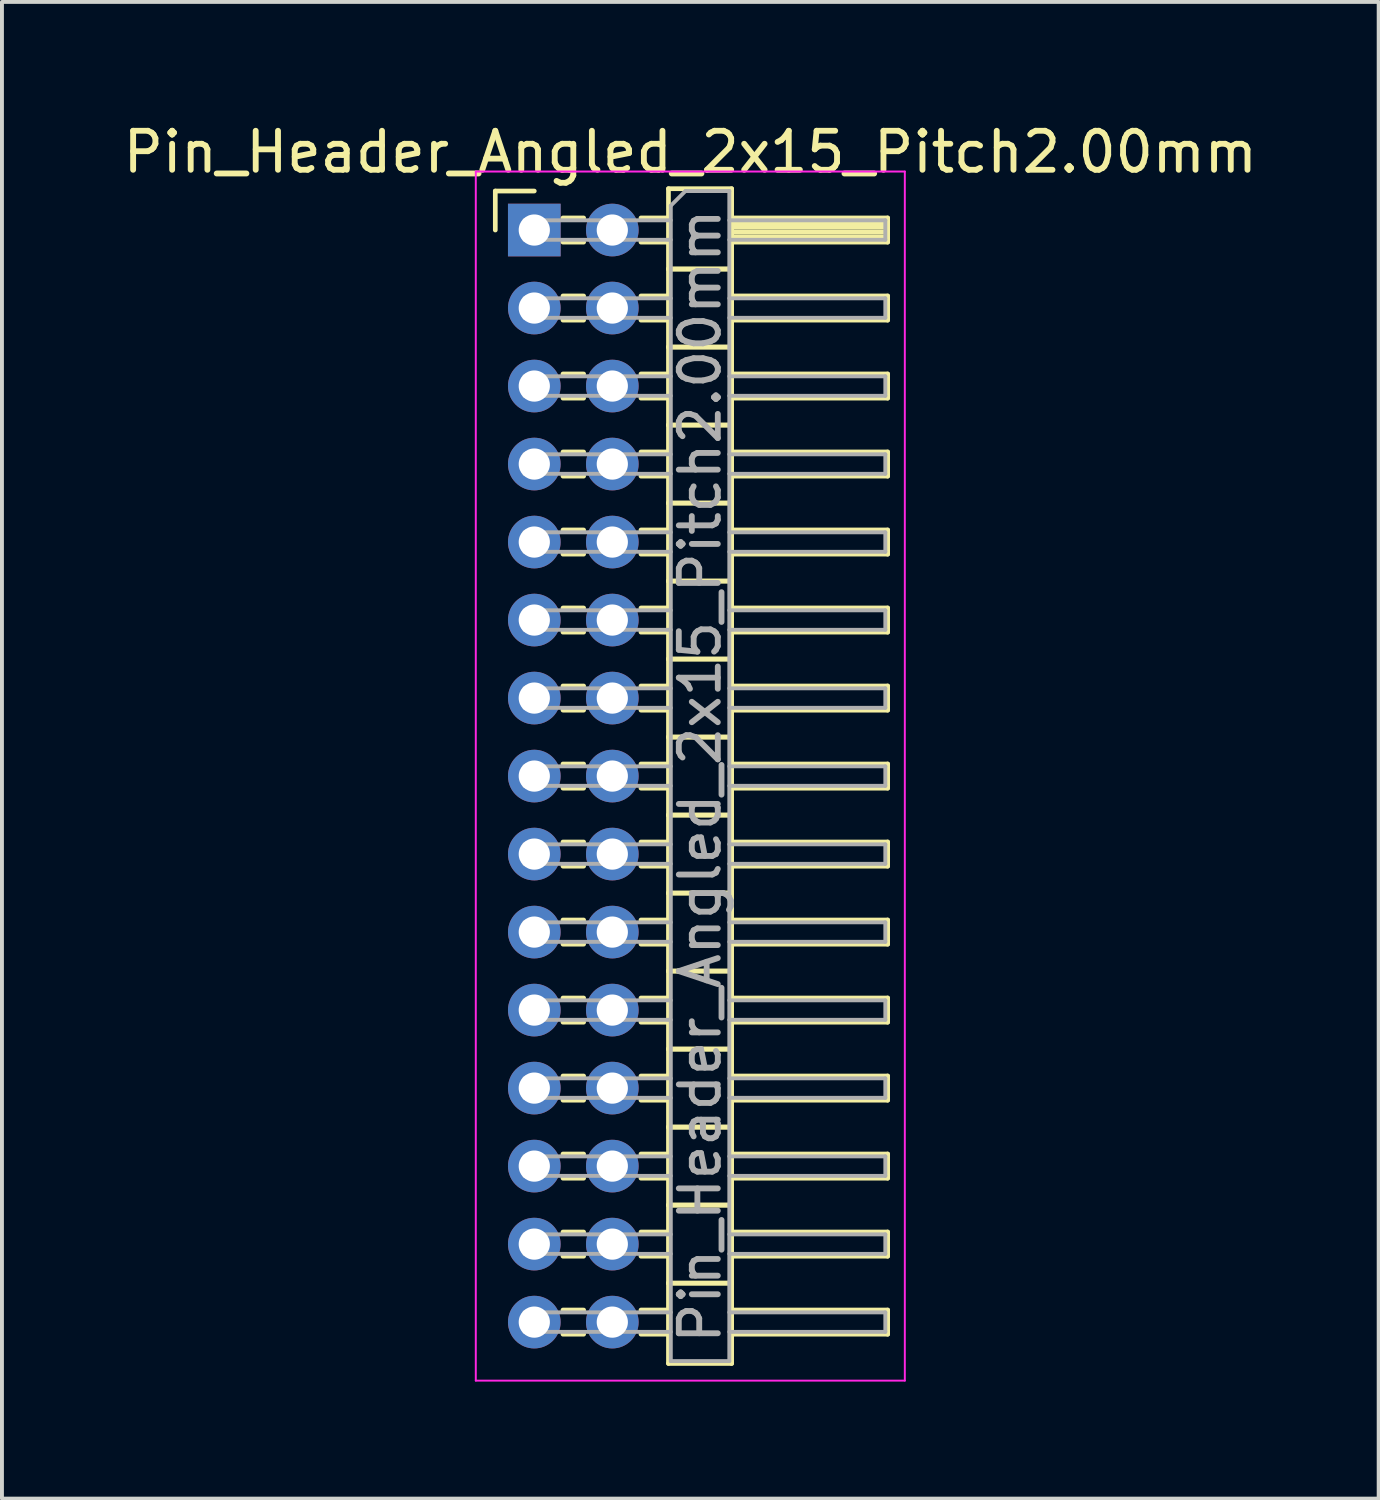
<source format=kicad_pcb>
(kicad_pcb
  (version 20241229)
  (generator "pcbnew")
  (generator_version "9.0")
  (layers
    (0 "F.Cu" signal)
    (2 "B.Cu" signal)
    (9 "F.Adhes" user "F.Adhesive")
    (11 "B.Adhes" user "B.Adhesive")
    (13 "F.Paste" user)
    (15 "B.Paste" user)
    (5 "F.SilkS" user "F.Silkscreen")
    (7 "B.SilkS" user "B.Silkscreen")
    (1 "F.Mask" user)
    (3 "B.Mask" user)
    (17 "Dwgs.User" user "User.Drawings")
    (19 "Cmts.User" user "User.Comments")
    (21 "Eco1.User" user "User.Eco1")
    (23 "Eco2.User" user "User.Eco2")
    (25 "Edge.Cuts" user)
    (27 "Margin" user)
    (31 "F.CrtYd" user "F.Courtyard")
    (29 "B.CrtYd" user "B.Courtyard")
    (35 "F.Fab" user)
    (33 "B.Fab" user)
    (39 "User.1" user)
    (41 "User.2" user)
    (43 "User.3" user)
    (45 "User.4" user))
  (footprint "Pin_Header_Angled_2x15_Pitch2.00mm"
    (layer "F.Cu")
    (at 10.649 2.848)
    (property "Reference" "Pin_Header_Angled_2x15_Pitch2.00mm" (at 4 -2 0) (layer "F.SilkS") (effects (font (size 1 1) (thickness 0.15))))
    (attr through_hole)
    (fp_line (start -1 -1) (end 0 -1) (stroke (width 0.12) (type solid)) (layer "F.SilkS"))
    (fp_line (start -1 0) (end -1 -1) (stroke (width 0.12) (type solid)) (layer "F.SilkS"))
    (fp_line (start 0.735 -0.31) (end 1.265 -0.31) (stroke (width 0.12) (type solid)) (layer "F.SilkS"))
    (fp_line (start 0.735 0.31) (end 1.265 0.31) (stroke (width 0.12) (type solid)) (layer "F.SilkS"))
    (fp_line (start 0.735 1.69) (end 1.265 1.69) (stroke (width 0.12) (type solid)) (layer "F.SilkS"))
    (fp_line (start 0.735 2.31) (end 1.265 2.31) (stroke (width 0.12) (type solid)) (layer "F.SilkS"))
    (fp_line (start 0.735 3.69) (end 1.265 3.69) (stroke (width 0.12) (type solid)) (layer "F.SilkS"))
    (fp_line (start 0.735 4.31) (end 1.265 4.31) (stroke (width 0.12) (type solid)) (layer "F.SilkS"))
    (fp_line (start 0.735 5.69) (end 1.265 5.69) (stroke (width 0.12) (type solid)) (layer "F.SilkS"))
    (fp_line (start 0.735 6.31) (end 1.265 6.31) (stroke (width 0.12) (type solid)) (layer "F.SilkS"))
    (fp_line (start 0.735 7.69) (end 1.265 7.69) (stroke (width 0.12) (type solid)) (layer "F.SilkS"))
    (fp_line (start 0.735 8.31) (end 1.265 8.31) (stroke (width 0.12) (type solid)) (layer "F.SilkS"))
    (fp_line (start 0.735 9.69) (end 1.265 9.69) (stroke (width 0.12) (type solid)) (layer "F.SilkS"))
    (fp_line (start 0.735 10.31) (end 1.265 10.31) (stroke (width 0.12) (type solid)) (layer "F.SilkS"))
    (fp_line (start 0.735 11.69) (end 1.265 11.69) (stroke (width 0.12) (type solid)) (layer "F.SilkS"))
    (fp_line (start 0.735 12.31) (end 1.265 12.31) (stroke (width 0.12) (type solid)) (layer "F.SilkS"))
    (fp_line (start 0.735 13.69) (end 1.265 13.69) (stroke (width 0.12) (type solid)) (layer "F.SilkS"))
    (fp_line (start 0.735 14.31) (end 1.265 14.31) (stroke (width 0.12) (type solid)) (layer "F.SilkS"))
    (fp_line (start 0.735 15.69) (end 1.265 15.69) (stroke (width 0.12) (type solid)) (layer "F.SilkS"))
    (fp_line (start 0.735 16.31) (end 1.265 16.31) (stroke (width 0.12) (type solid)) (layer "F.SilkS"))
    (fp_line (start 0.735 17.69) (end 1.265 17.69) (stroke (width 0.12) (type solid)) (layer "F.SilkS"))
    (fp_line (start 0.735 18.31) (end 1.265 18.31) (stroke (width 0.12) (type solid)) (layer "F.SilkS"))
    (fp_line (start 0.735 19.69) (end 1.265 19.69) (stroke (width 0.12) (type solid)) (layer "F.SilkS"))
    (fp_line (start 0.735 20.31) (end 1.265 20.31) (stroke (width 0.12) (type solid)) (layer "F.SilkS"))
    (fp_line (start 0.735 21.69) (end 1.265 21.69) (stroke (width 0.12) (type solid)) (layer "F.SilkS"))
    (fp_line (start 0.735 22.31) (end 1.265 22.31) (stroke (width 0.12) (type solid)) (layer "F.SilkS"))
    (fp_line (start 0.735 23.69) (end 1.265 23.69) (stroke (width 0.12) (type solid)) (layer "F.SilkS"))
    (fp_line (start 0.735 24.31) (end 1.265 24.31) (stroke (width 0.12) (type solid)) (layer "F.SilkS"))
    (fp_line (start 0.735 25.69) (end 1.265 25.69) (stroke (width 0.12) (type solid)) (layer "F.SilkS"))
    (fp_line (start 0.735 26.31) (end 1.265 26.31) (stroke (width 0.12) (type solid)) (layer "F.SilkS"))
    (fp_line (start 0.735 27.69) (end 1.265 27.69) (stroke (width 0.12) (type solid)) (layer "F.SilkS"))
    (fp_line (start 0.735 28.31) (end 1.265 28.31) (stroke (width 0.12) (type solid)) (layer "F.SilkS"))
    (fp_line (start 2.735 -0.31) (end 3.44 -0.31) (stroke (width 0.12) (type solid)) (layer "F.SilkS"))
    (fp_line (start 2.735 0.31) (end 3.44 0.31) (stroke (width 0.12) (type solid)) (layer "F.SilkS"))
    (fp_line (start 2.735 1.69) (end 3.44 1.69) (stroke (width 0.12) (type solid)) (layer "F.SilkS"))
    (fp_line (start 2.735 2.31) (end 3.44 2.31) (stroke (width 0.12) (type solid)) (layer "F.SilkS"))
    (fp_line (start 2.735 3.69) (end 3.44 3.69) (stroke (width 0.12) (type solid)) (layer "F.SilkS"))
    (fp_line (start 2.735 4.31) (end 3.44 4.31) (stroke (width 0.12) (type solid)) (layer "F.SilkS"))
    (fp_line (start 2.735 5.69) (end 3.44 5.69) (stroke (width 0.12) (type solid)) (layer "F.SilkS"))
    (fp_line (start 2.735 6.31) (end 3.44 6.31) (stroke (width 0.12) (type solid)) (layer "F.SilkS"))
    (fp_line (start 2.735 7.69) (end 3.44 7.69) (stroke (width 0.12) (type solid)) (layer "F.SilkS"))
    (fp_line (start 2.735 8.31) (end 3.44 8.31) (stroke (width 0.12) (type solid)) (layer "F.SilkS"))
    (fp_line (start 2.735 9.69) (end 3.44 9.69) (stroke (width 0.12) (type solid)) (layer "F.SilkS"))
    (fp_line (start 2.735 10.31) (end 3.44 10.31) (stroke (width 0.12) (type solid)) (layer "F.SilkS"))
    (fp_line (start 2.735 11.69) (end 3.44 11.69) (stroke (width 0.12) (type solid)) (layer "F.SilkS"))
    (fp_line (start 2.735 12.31) (end 3.44 12.31) (stroke (width 0.12) (type solid)) (layer "F.SilkS"))
    (fp_line (start 2.735 13.69) (end 3.44 13.69) (stroke (width 0.12) (type solid)) (layer "F.SilkS"))
    (fp_line (start 2.735 14.31) (end 3.44 14.31) (stroke (width 0.12) (type solid)) (layer "F.SilkS"))
    (fp_line (start 2.735 15.69) (end 3.44 15.69) (stroke (width 0.12) (type solid)) (layer "F.SilkS"))
    (fp_line (start 2.735 16.31) (end 3.44 16.31) (stroke (width 0.12) (type solid)) (layer "F.SilkS"))
    (fp_line (start 2.735 17.69) (end 3.44 17.69) (stroke (width 0.12) (type solid)) (layer "F.SilkS"))
    (fp_line (start 2.735 18.31) (end 3.44 18.31) (stroke (width 0.12) (type solid)) (layer "F.SilkS"))
    (fp_line (start 2.735 19.69) (end 3.44 19.69) (stroke (width 0.12) (type solid)) (layer "F.SilkS"))
    (fp_line (start 2.735 20.31) (end 3.44 20.31) (stroke (width 0.12) (type solid)) (layer "F.SilkS"))
    (fp_line (start 2.735 21.69) (end 3.44 21.69) (stroke (width 0.12) (type solid)) (layer "F.SilkS"))
    (fp_line (start 2.735 22.31) (end 3.44 22.31) (stroke (width 0.12) (type solid)) (layer "F.SilkS"))
    (fp_line (start 2.735 23.69) (end 3.44 23.69) (stroke (width 0.12) (type solid)) (layer "F.SilkS"))
    (fp_line (start 2.735 24.31) (end 3.44 24.31) (stroke (width 0.12) (type solid)) (layer "F.SilkS"))
    (fp_line (start 2.735 25.69) (end 3.44 25.69) (stroke (width 0.12) (type solid)) (layer "F.SilkS"))
    (fp_line (start 2.735 26.31) (end 3.44 26.31) (stroke (width 0.12) (type solid)) (layer "F.SilkS"))
    (fp_line (start 2.735 27.69) (end 3.44 27.69) (stroke (width 0.12) (type solid)) (layer "F.SilkS"))
    (fp_line (start 2.735 28.31) (end 3.44 28.31) (stroke (width 0.12) (type solid)) (layer "F.SilkS"))
    (fp_line (start 3.44 -1.06) (end 3.44 1) (stroke (width 0.12) (type solid)) (layer "F.SilkS"))
    (fp_line (start 3.44 1) (end 3.44 3) (stroke (width 0.12) (type solid)) (layer "F.SilkS"))
    (fp_line (start 3.44 1) (end 5.06 1) (stroke (width 0.12) (type solid)) (layer "F.SilkS"))
    (fp_line (start 3.44 3) (end 3.44 5) (stroke (width 0.12) (type solid)) (layer "F.SilkS"))
    (fp_line (start 3.44 3) (end 5.06 3) (stroke (width 0.12) (type solid)) (layer "F.SilkS"))
    (fp_line (start 3.44 5) (end 3.44 7) (stroke (width 0.12) (type solid)) (layer "F.SilkS"))
    (fp_line (start 3.44 5) (end 5.06 5) (stroke (width 0.12) (type solid)) (layer "F.SilkS"))
    (fp_line (start 3.44 7) (end 3.44 9) (stroke (width 0.12) (type solid)) (layer "F.SilkS"))
    (fp_line (start 3.44 7) (end 5.06 7) (stroke (width 0.12) (type solid)) (layer "F.SilkS"))
    (fp_line (start 3.44 9) (end 3.44 11) (stroke (width 0.12) (type solid)) (layer "F.SilkS"))
    (fp_line (start 3.44 9) (end 5.06 9) (stroke (width 0.12) (type solid)) (layer "F.SilkS"))
    (fp_line (start 3.44 11) (end 3.44 13) (stroke (width 0.12) (type solid)) (layer "F.SilkS"))
    (fp_line (start 3.44 11) (end 5.06 11) (stroke (width 0.12) (type solid)) (layer "F.SilkS"))
    (fp_line (start 3.44 13) (end 3.44 15) (stroke (width 0.12) (type solid)) (layer "F.SilkS"))
    (fp_line (start 3.44 13) (end 5.06 13) (stroke (width 0.12) (type solid)) (layer "F.SilkS"))
    (fp_line (start 3.44 15) (end 3.44 17) (stroke (width 0.12) (type solid)) (layer "F.SilkS"))
    (fp_line (start 3.44 15) (end 5.06 15) (stroke (width 0.12) (type solid)) (layer "F.SilkS"))
    (fp_line (start 3.44 17) (end 3.44 19) (stroke (width 0.12) (type solid)) (layer "F.SilkS"))
    (fp_line (start 3.44 17) (end 5.06 17) (stroke (width 0.12) (type solid)) (layer "F.SilkS"))
    (fp_line (start 3.44 19) (end 3.44 21) (stroke (width 0.12) (type solid)) (layer "F.SilkS"))
    (fp_line (start 3.44 19) (end 5.06 19) (stroke (width 0.12) (type solid)) (layer "F.SilkS"))
    (fp_line (start 3.44 21) (end 3.44 23) (stroke (width 0.12) (type solid)) (layer "F.SilkS"))
    (fp_line (start 3.44 21) (end 5.06 21) (stroke (width 0.12) (type solid)) (layer "F.SilkS"))
    (fp_line (start 3.44 23) (end 3.44 25) (stroke (width 0.12) (type solid)) (layer "F.SilkS"))
    (fp_line (start 3.44 23) (end 5.06 23) (stroke (width 0.12) (type solid)) (layer "F.SilkS"))
    (fp_line (start 3.44 25) (end 3.44 27) (stroke (width 0.12) (type solid)) (layer "F.SilkS"))
    (fp_line (start 3.44 25) (end 5.06 25) (stroke (width 0.12) (type solid)) (layer "F.SilkS"))
    (fp_line (start 3.44 27) (end 3.44 29.06) (stroke (width 0.12) (type solid)) (layer "F.SilkS"))
    (fp_line (start 3.44 27) (end 5.06 27) (stroke (width 0.12) (type solid)) (layer "F.SilkS"))
    (fp_line (start 3.44 29.06) (end 5.06 29.06) (stroke (width 0.12) (type solid)) (layer "F.SilkS"))
    (fp_line (start 5.06 -1.06) (end 3.44 -1.06) (stroke (width 0.12) (type solid)) (layer "F.SilkS"))
    (fp_line (start 5.06 -0.31) (end 5.06 0.31) (stroke (width 0.12) (type solid)) (layer "F.SilkS"))
    (fp_line (start 5.06 -0.19) (end 9.06 -0.19) (stroke (width 0.12) (type solid)) (layer "F.SilkS"))
    (fp_line (start 5.06 -0.07) (end 9.06 -0.07) (stroke (width 0.12) (type solid)) (layer "F.SilkS"))
    (fp_line (start 5.06 0.05) (end 9.06 0.05) (stroke (width 0.12) (type solid)) (layer "F.SilkS"))
    (fp_line (start 5.06 0.17) (end 9.06 0.17) (stroke (width 0.12) (type solid)) (layer "F.SilkS"))
    (fp_line (start 5.06 0.29) (end 9.06 0.29) (stroke (width 0.12) (type solid)) (layer "F.SilkS"))
    (fp_line (start 5.06 0.31) (end 9.06 0.31) (stroke (width 0.12) (type solid)) (layer "F.SilkS"))
    (fp_line (start 5.06 1) (end 3.44 1) (stroke (width 0.12) (type solid)) (layer "F.SilkS"))
    (fp_line (start 5.06 1) (end 5.06 -1.06) (stroke (width 0.12) (type solid)) (layer "F.SilkS"))
    (fp_line (start 5.06 1.69) (end 5.06 2.31) (stroke (width 0.12) (type solid)) (layer "F.SilkS"))
    (fp_line (start 5.06 2.31) (end 9.06 2.31) (stroke (width 0.12) (type solid)) (layer "F.SilkS"))
    (fp_line (start 5.06 3) (end 3.44 3) (stroke (width 0.12) (type solid)) (layer "F.SilkS"))
    (fp_line (start 5.06 3) (end 5.06 1) (stroke (width 0.12) (type solid)) (layer "F.SilkS"))
    (fp_line (start 5.06 3.69) (end 5.06 4.31) (stroke (width 0.12) (type solid)) (layer "F.SilkS"))
    (fp_line (start 5.06 4.31) (end 9.06 4.31) (stroke (width 0.12) (type solid)) (layer "F.SilkS"))
    (fp_line (start 5.06 5) (end 3.44 5) (stroke (width 0.12) (type solid)) (layer "F.SilkS"))
    (fp_line (start 5.06 5) (end 5.06 3) (stroke (width 0.12) (type solid)) (layer "F.SilkS"))
    (fp_line (start 5.06 5.69) (end 5.06 6.31) (stroke (width 0.12) (type solid)) (layer "F.SilkS"))
    (fp_line (start 5.06 6.31) (end 9.06 6.31) (stroke (width 0.12) (type solid)) (layer "F.SilkS"))
    (fp_line (start 5.06 7) (end 3.44 7) (stroke (width 0.12) (type solid)) (layer "F.SilkS"))
    (fp_line (start 5.06 7) (end 5.06 5) (stroke (width 0.12) (type solid)) (layer "F.SilkS"))
    (fp_line (start 5.06 7.69) (end 5.06 8.31) (stroke (width 0.12) (type solid)) (layer "F.SilkS"))
    (fp_line (start 5.06 8.31) (end 9.06 8.31) (stroke (width 0.12) (type solid)) (layer "F.SilkS"))
    (fp_line (start 5.06 9) (end 3.44 9) (stroke (width 0.12) (type solid)) (layer "F.SilkS"))
    (fp_line (start 5.06 9) (end 5.06 7) (stroke (width 0.12) (type solid)) (layer "F.SilkS"))
    (fp_line (start 5.06 9.69) (end 5.06 10.31) (stroke (width 0.12) (type solid)) (layer "F.SilkS"))
    (fp_line (start 5.06 10.31) (end 9.06 10.31) (stroke (width 0.12) (type solid)) (layer "F.SilkS"))
    (fp_line (start 5.06 11) (end 3.44 11) (stroke (width 0.12) (type solid)) (layer "F.SilkS"))
    (fp_line (start 5.06 11) (end 5.06 9) (stroke (width 0.12) (type solid)) (layer "F.SilkS"))
    (fp_line (start 5.06 11.69) (end 5.06 12.31) (stroke (width 0.12) (type solid)) (layer "F.SilkS"))
    (fp_line (start 5.06 12.31) (end 9.06 12.31) (stroke (width 0.12) (type solid)) (layer "F.SilkS"))
    (fp_line (start 5.06 13) (end 3.44 13) (stroke (width 0.12) (type solid)) (layer "F.SilkS"))
    (fp_line (start 5.06 13) (end 5.06 11) (stroke (width 0.12) (type solid)) (layer "F.SilkS"))
    (fp_line (start 5.06 13.69) (end 5.06 14.31) (stroke (width 0.12) (type solid)) (layer "F.SilkS"))
    (fp_line (start 5.06 14.31) (end 9.06 14.31) (stroke (width 0.12) (type solid)) (layer "F.SilkS"))
    (fp_line (start 5.06 15) (end 3.44 15) (stroke (width 0.12) (type solid)) (layer "F.SilkS"))
    (fp_line (start 5.06 15) (end 5.06 13) (stroke (width 0.12) (type solid)) (layer "F.SilkS"))
    (fp_line (start 5.06 15.69) (end 5.06 16.31) (stroke (width 0.12) (type solid)) (layer "F.SilkS"))
    (fp_line (start 5.06 16.31) (end 9.06 16.31) (stroke (width 0.12) (type solid)) (layer "F.SilkS"))
    (fp_line (start 5.06 17) (end 3.44 17) (stroke (width 0.12) (type solid)) (layer "F.SilkS"))
    (fp_line (start 5.06 17) (end 5.06 15) (stroke (width 0.12) (type solid)) (layer "F.SilkS"))
    (fp_line (start 5.06 17.69) (end 5.06 18.31) (stroke (width 0.12) (type solid)) (layer "F.SilkS"))
    (fp_line (start 5.06 18.31) (end 9.06 18.31) (stroke (width 0.12) (type solid)) (layer "F.SilkS"))
    (fp_line (start 5.06 19) (end 3.44 19) (stroke (width 0.12) (type solid)) (layer "F.SilkS"))
    (fp_line (start 5.06 19) (end 5.06 17) (stroke (width 0.12) (type solid)) (layer "F.SilkS"))
    (fp_line (start 5.06 19.69) (end 5.06 20.31) (stroke (width 0.12) (type solid)) (layer "F.SilkS"))
    (fp_line (start 5.06 20.31) (end 9.06 20.31) (stroke (width 0.12) (type solid)) (layer "F.SilkS"))
    (fp_line (start 5.06 21) (end 3.44 21) (stroke (width 0.12) (type solid)) (layer "F.SilkS"))
    (fp_line (start 5.06 21) (end 5.06 19) (stroke (width 0.12) (type solid)) (layer "F.SilkS"))
    (fp_line (start 5.06 21.69) (end 5.06 22.31) (stroke (width 0.12) (type solid)) (layer "F.SilkS"))
    (fp_line (start 5.06 22.31) (end 9.06 22.31) (stroke (width 0.12) (type solid)) (layer "F.SilkS"))
    (fp_line (start 5.06 23) (end 3.44 23) (stroke (width 0.12) (type solid)) (layer "F.SilkS"))
    (fp_line (start 5.06 23) (end 5.06 21) (stroke (width 0.12) (type solid)) (layer "F.SilkS"))
    (fp_line (start 5.06 23.69) (end 5.06 24.31) (stroke (width 0.12) (type solid)) (layer "F.SilkS"))
    (fp_line (start 5.06 24.31) (end 9.06 24.31) (stroke (width 0.12) (type solid)) (layer "F.SilkS"))
    (fp_line (start 5.06 25) (end 3.44 25) (stroke (width 0.12) (type solid)) (layer "F.SilkS"))
    (fp_line (start 5.06 25) (end 5.06 23) (stroke (width 0.12) (type solid)) (layer "F.SilkS"))
    (fp_line (start 5.06 25.69) (end 5.06 26.31) (stroke (width 0.12) (type solid)) (layer "F.SilkS"))
    (fp_line (start 5.06 26.31) (end 9.06 26.31) (stroke (width 0.12) (type solid)) (layer "F.SilkS"))
    (fp_line (start 5.06 27) (end 3.44 27) (stroke (width 0.12) (type solid)) (layer "F.SilkS"))
    (fp_line (start 5.06 27) (end 5.06 25) (stroke (width 0.12) (type solid)) (layer "F.SilkS"))
    (fp_line (start 5.06 27.69) (end 5.06 28.31) (stroke (width 0.12) (type solid)) (layer "F.SilkS"))
    (fp_line (start 5.06 28.31) (end 9.06 28.31) (stroke (width 0.12) (type solid)) (layer "F.SilkS"))
    (fp_line (start 5.06 29.06) (end 5.06 27) (stroke (width 0.12) (type solid)) (layer "F.SilkS"))
    (fp_line (start 9.06 -0.31) (end 5.06 -0.31) (stroke (width 0.12) (type solid)) (layer "F.SilkS"))
    (fp_line (start 9.06 0.31) (end 9.06 -0.31) (stroke (width 0.12) (type solid)) (layer "F.SilkS"))
    (fp_line (start 9.06 1.69) (end 5.06 1.69) (stroke (width 0.12) (type solid)) (layer "F.SilkS"))
    (fp_line (start 9.06 2.31) (end 9.06 1.69) (stroke (width 0.12) (type solid)) (layer "F.SilkS"))
    (fp_line (start 9.06 3.69) (end 5.06 3.69) (stroke (width 0.12) (type solid)) (layer "F.SilkS"))
    (fp_line (start 9.06 4.31) (end 9.06 3.69) (stroke (width 0.12) (type solid)) (layer "F.SilkS"))
    (fp_line (start 9.06 5.69) (end 5.06 5.69) (stroke (width 0.12) (type solid)) (layer "F.SilkS"))
    (fp_line (start 9.06 6.31) (end 9.06 5.69) (stroke (width 0.12) (type solid)) (layer "F.SilkS"))
    (fp_line (start 9.06 7.69) (end 5.06 7.69) (stroke (width 0.12) (type solid)) (layer "F.SilkS"))
    (fp_line (start 9.06 8.31) (end 9.06 7.69) (stroke (width 0.12) (type solid)) (layer "F.SilkS"))
    (fp_line (start 9.06 9.69) (end 5.06 9.69) (stroke (width 0.12) (type solid)) (layer "F.SilkS"))
    (fp_line (start 9.06 10.31) (end 9.06 9.69) (stroke (width 0.12) (type solid)) (layer "F.SilkS"))
    (fp_line (start 9.06 11.69) (end 5.06 11.69) (stroke (width 0.12) (type solid)) (layer "F.SilkS"))
    (fp_line (start 9.06 12.31) (end 9.06 11.69) (stroke (width 0.12) (type solid)) (layer "F.SilkS"))
    (fp_line (start 9.06 13.69) (end 5.06 13.69) (stroke (width 0.12) (type solid)) (layer "F.SilkS"))
    (fp_line (start 9.06 14.31) (end 9.06 13.69) (stroke (width 0.12) (type solid)) (layer "F.SilkS"))
    (fp_line (start 9.06 15.69) (end 5.06 15.69) (stroke (width 0.12) (type solid)) (layer "F.SilkS"))
    (fp_line (start 9.06 16.31) (end 9.06 15.69) (stroke (width 0.12) (type solid)) (layer "F.SilkS"))
    (fp_line (start 9.06 17.69) (end 5.06 17.69) (stroke (width 0.12) (type solid)) (layer "F.SilkS"))
    (fp_line (start 9.06 18.31) (end 9.06 17.69) (stroke (width 0.12) (type solid)) (layer "F.SilkS"))
    (fp_line (start 9.06 19.69) (end 5.06 19.69) (stroke (width 0.12) (type solid)) (layer "F.SilkS"))
    (fp_line (start 9.06 20.31) (end 9.06 19.69) (stroke (width 0.12) (type solid)) (layer "F.SilkS"))
    (fp_line (start 9.06 21.69) (end 5.06 21.69) (stroke (width 0.12) (type solid)) (layer "F.SilkS"))
    (fp_line (start 9.06 22.31) (end 9.06 21.69) (stroke (width 0.12) (type solid)) (layer "F.SilkS"))
    (fp_line (start 9.06 23.69) (end 5.06 23.69) (stroke (width 0.12) (type solid)) (layer "F.SilkS"))
    (fp_line (start 9.06 24.31) (end 9.06 23.69) (stroke (width 0.12) (type solid)) (layer "F.SilkS"))
    (fp_line (start 9.06 25.69) (end 5.06 25.69) (stroke (width 0.12) (type solid)) (layer "F.SilkS"))
    (fp_line (start 9.06 26.31) (end 9.06 25.69) (stroke (width 0.12) (type solid)) (layer "F.SilkS"))
    (fp_line (start 9.06 27.69) (end 5.06 27.69) (stroke (width 0.12) (type solid)) (layer "F.SilkS"))
    (fp_line (start 9.06 28.31) (end 9.06 27.69) (stroke (width 0.12) (type solid)) (layer "F.SilkS"))
    (fp_line (start -1.5 -1.5) (end -1.5 29.5) (stroke (width 0.05) (type solid)) (layer "F.CrtYd"))
    (fp_line (start -1.5 29.5) (end 9.5 29.5) (stroke (width 0.05) (type solid)) (layer "F.CrtYd"))
    (fp_line (start 9.5 -1.5) (end -1.5 -1.5) (stroke (width 0.05) (type solid)) (layer "F.CrtYd"))
    (fp_line (start 9.5 29.5) (end 9.5 -1.5) (stroke (width 0.05) (type solid)) (layer "F.CrtYd"))
    (fp_line (start -0.25 -0.25) (end -0.25 0.25) (stroke (width 0.1) (type solid)) (layer "F.Fab"))
    (fp_line (start -0.25 -0.25) (end 3.5 -0.25) (stroke (width 0.1) (type solid)) (layer "F.Fab"))
    (fp_line (start -0.25 0.25) (end 3.5 0.25) (stroke (width 0.1) (type solid)) (layer "F.Fab"))
    (fp_line (start -0.25 1.75) (end -0.25 2.25) (stroke (width 0.1) (type solid)) (layer "F.Fab"))
    (fp_line (start -0.25 1.75) (end 3.5 1.75) (stroke (width 0.1) (type solid)) (layer "F.Fab"))
    (fp_line (start -0.25 2.25) (end 3.5 2.25) (stroke (width 0.1) (type solid)) (layer "F.Fab"))
    (fp_line (start -0.25 3.75) (end -0.25 4.25) (stroke (width 0.1) (type solid)) (layer "F.Fab"))
    (fp_line (start -0.25 3.75) (end 3.5 3.75) (stroke (width 0.1) (type solid)) (layer "F.Fab"))
    (fp_line (start -0.25 4.25) (end 3.5 4.25) (stroke (width 0.1) (type solid)) (layer "F.Fab"))
    (fp_line (start -0.25 5.75) (end -0.25 6.25) (stroke (width 0.1) (type solid)) (layer "F.Fab"))
    (fp_line (start -0.25 5.75) (end 3.5 5.75) (stroke (width 0.1) (type solid)) (layer "F.Fab"))
    (fp_line (start -0.25 6.25) (end 3.5 6.25) (stroke (width 0.1) (type solid)) (layer "F.Fab"))
    (fp_line (start -0.25 7.75) (end -0.25 8.25) (stroke (width 0.1) (type solid)) (layer "F.Fab"))
    (fp_line (start -0.25 7.75) (end 3.5 7.75) (stroke (width 0.1) (type solid)) (layer "F.Fab"))
    (fp_line (start -0.25 8.25) (end 3.5 8.25) (stroke (width 0.1) (type solid)) (layer "F.Fab"))
    (fp_line (start -0.25 9.75) (end -0.25 10.25) (stroke (width 0.1) (type solid)) (layer "F.Fab"))
    (fp_line (start -0.25 9.75) (end 3.5 9.75) (stroke (width 0.1) (type solid)) (layer "F.Fab"))
    (fp_line (start -0.25 10.25) (end 3.5 10.25) (stroke (width 0.1) (type solid)) (layer "F.Fab"))
    (fp_line (start -0.25 11.75) (end -0.25 12.25) (stroke (width 0.1) (type solid)) (layer "F.Fab"))
    (fp_line (start -0.25 11.75) (end 3.5 11.75) (stroke (width 0.1) (type solid)) (layer "F.Fab"))
    (fp_line (start -0.25 12.25) (end 3.5 12.25) (stroke (width 0.1) (type solid)) (layer "F.Fab"))
    (fp_line (start -0.25 13.75) (end -0.25 14.25) (stroke (width 0.1) (type solid)) (layer "F.Fab"))
    (fp_line (start -0.25 13.75) (end 3.5 13.75) (stroke (width 0.1) (type solid)) (layer "F.Fab"))
    (fp_line (start -0.25 14.25) (end 3.5 14.25) (stroke (width 0.1) (type solid)) (layer "F.Fab"))
    (fp_line (start -0.25 15.75) (end -0.25 16.25) (stroke (width 0.1) (type solid)) (layer "F.Fab"))
    (fp_line (start -0.25 15.75) (end 3.5 15.75) (stroke (width 0.1) (type solid)) (layer "F.Fab"))
    (fp_line (start -0.25 16.25) (end 3.5 16.25) (stroke (width 0.1) (type solid)) (layer "F.Fab"))
    (fp_line (start -0.25 17.75) (end -0.25 18.25) (stroke (width 0.1) (type solid)) (layer "F.Fab"))
    (fp_line (start -0.25 17.75) (end 3.5 17.75) (stroke (width 0.1) (type solid)) (layer "F.Fab"))
    (fp_line (start -0.25 18.25) (end 3.5 18.25) (stroke (width 0.1) (type solid)) (layer "F.Fab"))
    (fp_line (start -0.25 19.75) (end -0.25 20.25) (stroke (width 0.1) (type solid)) (layer "F.Fab"))
    (fp_line (start -0.25 19.75) (end 3.5 19.75) (stroke (width 0.1) (type solid)) (layer "F.Fab"))
    (fp_line (start -0.25 20.25) (end 3.5 20.25) (stroke (width 0.1) (type solid)) (layer "F.Fab"))
    (fp_line (start -0.25 21.75) (end -0.25 22.25) (stroke (width 0.1) (type solid)) (layer "F.Fab"))
    (fp_line (start -0.25 21.75) (end 3.5 21.75) (stroke (width 0.1) (type solid)) (layer "F.Fab"))
    (fp_line (start -0.25 22.25) (end 3.5 22.25) (stroke (width 0.1) (type solid)) (layer "F.Fab"))
    (fp_line (start -0.25 23.75) (end -0.25 24.25) (stroke (width 0.1) (type solid)) (layer "F.Fab"))
    (fp_line (start -0.25 23.75) (end 3.5 23.75) (stroke (width 0.1) (type solid)) (layer "F.Fab"))
    (fp_line (start -0.25 24.25) (end 3.5 24.25) (stroke (width 0.1) (type solid)) (layer "F.Fab"))
    (fp_line (start -0.25 25.75) (end -0.25 26.25) (stroke (width 0.1) (type solid)) (layer "F.Fab"))
    (fp_line (start -0.25 25.75) (end 3.5 25.75) (stroke (width 0.1) (type solid)) (layer "F.Fab"))
    (fp_line (start -0.25 26.25) (end 3.5 26.25) (stroke (width 0.1) (type solid)) (layer "F.Fab"))
    (fp_line (start -0.25 27.75) (end -0.25 28.25) (stroke (width 0.1) (type solid)) (layer "F.Fab"))
    (fp_line (start -0.25 27.75) (end 3.5 27.75) (stroke (width 0.1) (type solid)) (layer "F.Fab"))
    (fp_line (start -0.25 28.25) (end 3.5 28.25) (stroke (width 0.1) (type solid)) (layer "F.Fab"))
    (fp_line (start 3.5 -0.625) (end 3.875 -1) (stroke (width 0.1) (type solid)) (layer "F.Fab"))
    (fp_line (start 3.5 29) (end 3.5 -0.625) (stroke (width 0.1) (type solid)) (layer "F.Fab"))
    (fp_line (start 3.875 -1) (end 5 -1) (stroke (width 0.1) (type solid)) (layer "F.Fab"))
    (fp_line (start 5 -1) (end 5 29) (stroke (width 0.1) (type solid)) (layer "F.Fab"))
    (fp_line (start 5 -0.25) (end 9 -0.25) (stroke (width 0.1) (type solid)) (layer "F.Fab"))
    (fp_line (start 5 0.25) (end 9 0.25) (stroke (width 0.1) (type solid)) (layer "F.Fab"))
    (fp_line (start 5 1.75) (end 9 1.75) (stroke (width 0.1) (type solid)) (layer "F.Fab"))
    (fp_line (start 5 2.25) (end 9 2.25) (stroke (width 0.1) (type solid)) (layer "F.Fab"))
    (fp_line (start 5 3.75) (end 9 3.75) (stroke (width 0.1) (type solid)) (layer "F.Fab"))
    (fp_line (start 5 4.25) (end 9 4.25) (stroke (width 0.1) (type solid)) (layer "F.Fab"))
    (fp_line (start 5 5.75) (end 9 5.75) (stroke (width 0.1) (type solid)) (layer "F.Fab"))
    (fp_line (start 5 6.25) (end 9 6.25) (stroke (width 0.1) (type solid)) (layer "F.Fab"))
    (fp_line (start 5 7.75) (end 9 7.75) (stroke (width 0.1) (type solid)) (layer "F.Fab"))
    (fp_line (start 5 8.25) (end 9 8.25) (stroke (width 0.1) (type solid)) (layer "F.Fab"))
    (fp_line (start 5 9.75) (end 9 9.75) (stroke (width 0.1) (type solid)) (layer "F.Fab"))
    (fp_line (start 5 10.25) (end 9 10.25) (stroke (width 0.1) (type solid)) (layer "F.Fab"))
    (fp_line (start 5 11.75) (end 9 11.75) (stroke (width 0.1) (type solid)) (layer "F.Fab"))
    (fp_line (start 5 12.25) (end 9 12.25) (stroke (width 0.1) (type solid)) (layer "F.Fab"))
    (fp_line (start 5 13.75) (end 9 13.75) (stroke (width 0.1) (type solid)) (layer "F.Fab"))
    (fp_line (start 5 14.25) (end 9 14.25) (stroke (width 0.1) (type solid)) (layer "F.Fab"))
    (fp_line (start 5 15.75) (end 9 15.75) (stroke (width 0.1) (type solid)) (layer "F.Fab"))
    (fp_line (start 5 16.25) (end 9 16.25) (stroke (width 0.1) (type solid)) (layer "F.Fab"))
    (fp_line (start 5 17.75) (end 9 17.75) (stroke (width 0.1) (type solid)) (layer "F.Fab"))
    (fp_line (start 5 18.25) (end 9 18.25) (stroke (width 0.1) (type solid)) (layer "F.Fab"))
    (fp_line (start 5 19.75) (end 9 19.75) (stroke (width 0.1) (type solid)) (layer "F.Fab"))
    (fp_line (start 5 20.25) (end 9 20.25) (stroke (width 0.1) (type solid)) (layer "F.Fab"))
    (fp_line (start 5 21.75) (end 9 21.75) (stroke (width 0.1) (type solid)) (layer "F.Fab"))
    (fp_line (start 5 22.25) (end 9 22.25) (stroke (width 0.1) (type solid)) (layer "F.Fab"))
    (fp_line (start 5 23.75) (end 9 23.75) (stroke (width 0.1) (type solid)) (layer "F.Fab"))
    (fp_line (start 5 24.25) (end 9 24.25) (stroke (width 0.1) (type solid)) (layer "F.Fab"))
    (fp_line (start 5 25.75) (end 9 25.75) (stroke (width 0.1) (type solid)) (layer "F.Fab"))
    (fp_line (start 5 26.25) (end 9 26.25) (stroke (width 0.1) (type solid)) (layer "F.Fab"))
    (fp_line (start 5 27.75) (end 9 27.75) (stroke (width 0.1) (type solid)) (layer "F.Fab"))
    (fp_line (start 5 28.25) (end 9 28.25) (stroke (width 0.1) (type solid)) (layer "F.Fab"))
    (fp_line (start 5 29) (end 3.5 29) (stroke (width 0.1) (type solid)) (layer "F.Fab"))
    (fp_line (start 9 -0.25) (end 9 0.25) (stroke (width 0.1) (type solid)) (layer "F.Fab"))
    (fp_line (start 9 1.75) (end 9 2.25) (stroke (width 0.1) (type solid)) (layer "F.Fab"))
    (fp_line (start 9 3.75) (end 9 4.25) (stroke (width 0.1) (type solid)) (layer "F.Fab"))
    (fp_line (start 9 5.75) (end 9 6.25) (stroke (width 0.1) (type solid)) (layer "F.Fab"))
    (fp_line (start 9 7.75) (end 9 8.25) (stroke (width 0.1) (type solid)) (layer "F.Fab"))
    (fp_line (start 9 9.75) (end 9 10.25) (stroke (width 0.1) (type solid)) (layer "F.Fab"))
    (fp_line (start 9 11.75) (end 9 12.25) (stroke (width 0.1) (type solid)) (layer "F.Fab"))
    (fp_line (start 9 13.75) (end 9 14.25) (stroke (width 0.1) (type solid)) (layer "F.Fab"))
    (fp_line (start 9 15.75) (end 9 16.25) (stroke (width 0.1) (type solid)) (layer "F.Fab"))
    (fp_line (start 9 17.75) (end 9 18.25) (stroke (width 0.1) (type solid)) (layer "F.Fab"))
    (fp_line (start 9 19.75) (end 9 20.25) (stroke (width 0.1) (type solid)) (layer "F.Fab"))
    (fp_line (start 9 21.75) (end 9 22.25) (stroke (width 0.1) (type solid)) (layer "F.Fab"))
    (fp_line (start 9 23.75) (end 9 24.25) (stroke (width 0.1) (type solid)) (layer "F.Fab"))
    (fp_line (start 9 25.75) (end 9 26.25) (stroke (width 0.1) (type solid)) (layer "F.Fab"))
    (fp_line (start 9 27.75) (end 9 28.25) (stroke (width 0.1) (type solid)) (layer "F.Fab"))
    (fp_text user "${REFERENCE}" (at 4.25 14 90) (layer "F.Fab") (effects (font (size 1 1) (thickness 0.15))))
    (pad "1" thru_hole rect (at 0 0) (size 1.35 1.35) (drill 0.8) (layers "*.Cu" "*.Mask"))
    (pad "2" thru_hole oval (at 2 0) (size 1.35 1.35) (drill 0.8) (layers "*.Cu" "*.Mask"))
    (pad "3" thru_hole oval (at 0 2) (size 1.35 1.35) (drill 0.8) (layers "*.Cu" "*.Mask"))
    (pad "4" thru_hole oval (at 2 2) (size 1.35 1.35) (drill 0.8) (layers "*.Cu" "*.Mask"))
    (pad "5" thru_hole oval (at 0 4) (size 1.35 1.35) (drill 0.8) (layers "*.Cu" "*.Mask"))
    (pad "6" thru_hole oval (at 2 4) (size 1.35 1.35) (drill 0.8) (layers "*.Cu" "*.Mask"))
    (pad "7" thru_hole oval (at 0 6) (size 1.35 1.35) (drill 0.8) (layers "*.Cu" "*.Mask"))
    (pad "8" thru_hole oval (at 2 6) (size 1.35 1.35) (drill 0.8) (layers "*.Cu" "*.Mask"))
    (pad "9" thru_hole oval (at 0 8) (size 1.35 1.35) (drill 0.8) (layers "*.Cu" "*.Mask"))
    (pad "10" thru_hole oval (at 2 8) (size 1.35 1.35) (drill 0.8) (layers "*.Cu" "*.Mask"))
    (pad "11" thru_hole oval (at 0 10) (size 1.35 1.35) (drill 0.8) (layers "*.Cu" "*.Mask"))
    (pad "12" thru_hole oval (at 2 10) (size 1.35 1.35) (drill 0.8) (layers "*.Cu" "*.Mask"))
    (pad "13" thru_hole oval (at 0 12) (size 1.35 1.35) (drill 0.8) (layers "*.Cu" "*.Mask"))
    (pad "14" thru_hole oval (at 2 12) (size 1.35 1.35) (drill 0.8) (layers "*.Cu" "*.Mask"))
    (pad "15" thru_hole oval (at 0 14) (size 1.35 1.35) (drill 0.8) (layers "*.Cu" "*.Mask"))
    (pad "16" thru_hole oval (at 2 14) (size 1.35 1.35) (drill 0.8) (layers "*.Cu" "*.Mask"))
    (pad "17" thru_hole oval (at 0 16) (size 1.35 1.35) (drill 0.8) (layers "*.Cu" "*.Mask"))
    (pad "18" thru_hole oval (at 2 16) (size 1.35 1.35) (drill 0.8) (layers "*.Cu" "*.Mask"))
    (pad "19" thru_hole oval (at 0 18) (size 1.35 1.35) (drill 0.8) (layers "*.Cu" "*.Mask"))
    (pad "20" thru_hole oval (at 2 18) (size 1.35 1.35) (drill 0.8) (layers "*.Cu" "*.Mask"))
    (pad "21" thru_hole oval (at 0 20) (size 1.35 1.35) (drill 0.8) (layers "*.Cu" "*.Mask"))
    (pad "22" thru_hole oval (at 2 20) (size 1.35 1.35) (drill 0.8) (layers "*.Cu" "*.Mask"))
    (pad "23" thru_hole oval (at 0 22) (size 1.35 1.35) (drill 0.8) (layers "*.Cu" "*.Mask"))
    (pad "24" thru_hole oval (at 2 22) (size 1.35 1.35) (drill 0.8) (layers "*.Cu" "*.Mask"))
    (pad "25" thru_hole oval (at 0 24) (size 1.35 1.35) (drill 0.8) (layers "*.Cu" "*.Mask"))
    (pad "26" thru_hole oval (at 2 24) (size 1.35 1.35) (drill 0.8) (layers "*.Cu" "*.Mask"))
    (pad "27" thru_hole oval (at 0 26) (size 1.35 1.35) (drill 0.8) (layers "*.Cu" "*.Mask"))
    (pad "28" thru_hole oval (at 2 26) (size 1.35 1.35) (drill 0.8) (layers "*.Cu" "*.Mask"))
    (pad "29" thru_hole oval (at 0 28) (size 1.35 1.35) (drill 0.8) (layers "*.Cu" "*.Mask"))
    (pad "30" thru_hole oval (at 2 28) (size 1.35 1.35) (drill 0.8) (layers "*.Cu" "*.Mask")))
  (gr_rect
    (start -3 -3)
    (end 32.298 35.373)
    (stroke (width 0.1) (type default))
    (fill no)
    (layer "Edge.Cuts")))
</source>
